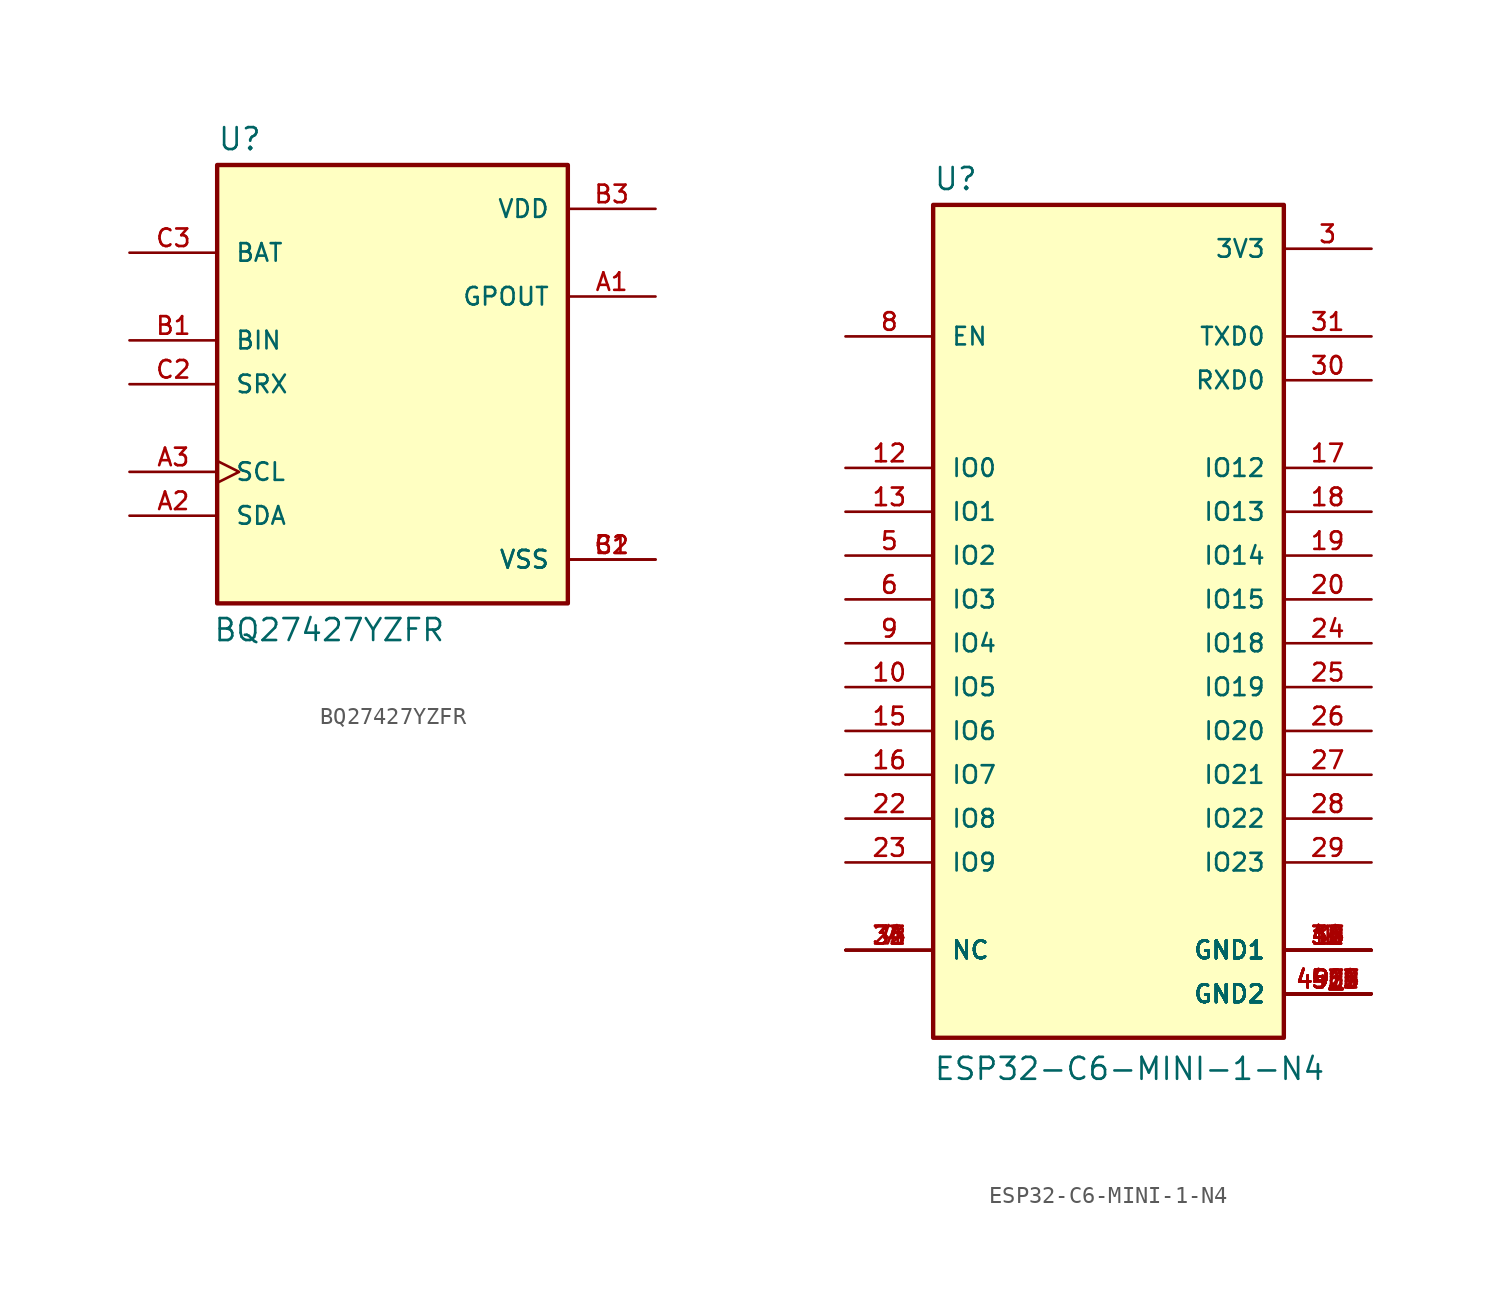
<source format=kicad_sym>
(kicad_symbol_lib
  (version 20241209)
  (generator "kicad_symbol_editor")
  (generator_version "9.0")
  (symbol "BQ27427YZFR"
    (pin_names
      (offset 1.016))
    (property "Reference" "U"
      (at -10.16 13.462 0)
      (effects (font (size 1.27 1.27)) (justify left bottom)))
    (property "Value" "BQ27427YZFR"
      (at -10.414 -14.986 0)
      (effects (font (size 1.27 1.27)) (justify left bottom)))
    (symbol "BQ27427YZFR_0_0"
      (rectangle (start -10.16 12.7) (end 10.16 -12.7) (stroke (width 0.254) (type default)) (fill (type background)))
      (pin input line (at -15.24 7.62 0) (length 5.08) (name "BAT" (effects (font (size 1.016 1.016)))) (number "C3" (effects (font (size 1.016 1.016)))))
      (pin input line (at -15.24 2.54 0) (length 5.08) (name "BIN" (effects (font (size 1.016 1.016)))) (number "B1" (effects (font (size 1.016 1.016)))))
      (pin input line (at -15.24 0 0) (length 5.08) (name "SRX" (effects (font (size 1.016 1.016)))) (number "C2" (effects (font (size 1.016 1.016)))))
      (pin bidirectional clock (at -15.24 -5.08 0) (length 5.08) (name "SCL" (effects (font (size 1.016 1.016)))) (number "A3" (effects (font (size 1.016 1.016)))))
      (pin bidirectional line (at -15.24 -7.62 0) (length 5.08) (name "SDA" (effects (font (size 1.016 1.016)))) (number "A2" (effects (font (size 1.016 1.016)))))
      (pin output line (at 15.24 10.16 180) (length 5.08) (name "VDD" (effects (font (size 1.016 1.016)))) (number "B3" (effects (font (size 1.016 1.016)))))
      (pin output line (at 15.24 5.08 180) (length 5.08) (name "GPOUT" (effects (font (size 1.016 1.016)))) (number "A1" (effects (font (size 1.016 1.016)))))
      (pin power_in line (at 15.24 -10.16 180) (length 5.08) (name "VSS" (effects (font (size 1.016 1.016)))) (number "B2" (effects (font (size 1.016 1.016)))))
      (pin power_in line (at 15.24 -10.16 180) (length 5.08) (name "VSS" (effects (font (size 1.016 1.016)))) (number "C1" (effects (font (size 1.016 1.016)))))))
  (symbol "ESP32-C6-MINI-1-N4"
    (pin_names
      (offset 1.016))
    (property "Reference" "U"
      (at -10.16 23.622 0)
      (effects (font (size 1.27 1.27)) (justify left bottom)))
    (property "Value" "ESP32-C6-MINI-1-N4"
      (at -10.16 -27.94 0)
      (effects (font (size 1.27 1.27)) (justify left bottom)))
    (symbol "ESP32-C6-MINI-1-N4_0_0"
      (rectangle (start -10.16 22.86) (end 10.16 -25.4) (stroke (width 0.254) (type default)) (fill (type background)))
      (pin passive line (at -15.24 15.24 0) (length 5.08) (name "EN" (effects (font (size 1.016 1.016)))) (number "8" (effects (font (size 1.016 1.016)))))
      (pin passive line (at -15.24 7.62 0) (length 5.08) (name "IO0" (effects (font (size 1.016 1.016)))) (number "12" (effects (font (size 1.016 1.016)))))
      (pin passive line (at -15.24 5.08 0) (length 5.08) (name "IO1" (effects (font (size 1.016 1.016)))) (number "13" (effects (font (size 1.016 1.016)))))
      (pin passive line (at -15.24 2.54 0) (length 5.08) (name "IO2" (effects (font (size 1.016 1.016)))) (number "5" (effects (font (size 1.016 1.016)))))
      (pin passive line (at -15.24 0 0) (length 5.08) (name "IO3" (effects (font (size 1.016 1.016)))) (number "6" (effects (font (size 1.016 1.016)))))
      (pin passive line (at -15.24 -2.54 0) (length 5.08) (name "IO4" (effects (font (size 1.016 1.016)))) (number "9" (effects (font (size 1.016 1.016)))))
      (pin passive line (at -15.24 -5.08 0) (length 5.08) (name "IO5" (effects (font (size 1.016 1.016)))) (number "10" (effects (font (size 1.016 1.016)))))
      (pin passive line (at -15.24 -7.62 0) (length 5.08) (name "IO6" (effects (font (size 1.016 1.016)))) (number "15" (effects (font (size 1.016 1.016)))))
      (pin passive line (at -15.24 -10.16 0) (length 5.08) (name "IO7" (effects (font (size 1.016 1.016)))) (number "16" (effects (font (size 1.016 1.016)))))
      (pin passive line (at -15.24 -12.7 0) (length 5.08) (name "IO8" (effects (font (size 1.016 1.016)))) (number "22" (effects (font (size 1.016 1.016)))))
      (pin passive line (at -15.24 -15.24 0) (length 5.08) (name "IO9" (effects (font (size 1.016 1.016)))) (number "23" (effects (font (size 1.016 1.016)))))
      (pin passive line (at -15.24 -20.32 0) (length 5.08) (name "NC" (effects (font (size 1.016 1.016)))) (number "21" (effects (font (size 1.016 1.016)))))
      (pin passive line (at -15.24 -20.32 0) (length 5.08) (name "NC" (effects (font (size 1.016 1.016)))) (number "32" (effects (font (size 1.016 1.016)))))
      (pin passive line (at -15.24 -20.32 0) (length 5.08) (name "NC" (effects (font (size 1.016 1.016)))) (number "33" (effects (font (size 1.016 1.016)))))
      (pin passive line (at -15.24 -20.32 0) (length 5.08) (name "NC" (effects (font (size 1.016 1.016)))) (number "34" (effects (font (size 1.016 1.016)))))
      (pin passive line (at -15.24 -20.32 0) (length 5.08) (name "NC" (effects (font (size 1.016 1.016)))) (number "35" (effects (font (size 1.016 1.016)))))
      (pin passive line (at -15.24 -20.32 0) (length 5.08) (name "NC" (effects (font (size 1.016 1.016)))) (number "4" (effects (font (size 1.016 1.016)))))
      (pin passive line (at -15.24 -20.32 0) (length 5.08) (name "NC" (effects (font (size 1.016 1.016)))) (number "7" (effects (font (size 1.016 1.016)))))
      (pin passive line (at 15.24 20.32 180) (length 5.08) (name "3V3" (effects (font (size 1.016 1.016)))) (number "3" (effects (font (size 1.016 1.016)))))
      (pin passive line (at 15.24 15.24 180) (length 5.08) (name "TXD0" (effects (font (size 1.016 1.016)))) (number "31" (effects (font (size 1.016 1.016)))))
      (pin passive line (at 15.24 12.7 180) (length 5.08) (name "RXD0" (effects (font (size 1.016 1.016)))) (number "30" (effects (font (size 1.016 1.016)))))
      (pin passive line (at 15.24 7.62 180) (length 5.08) (name "IO12" (effects (font (size 1.016 1.016)))) (number "17" (effects (font (size 1.016 1.016)))))
      (pin passive line (at 15.24 5.08 180) (length 5.08) (name "IO13" (effects (font (size 1.016 1.016)))) (number "18" (effects (font (size 1.016 1.016)))))
      (pin passive line (at 15.24 2.54 180) (length 5.08) (name "IO14" (effects (font (size 1.016 1.016)))) (number "19" (effects (font (size 1.016 1.016)))))
      (pin passive line (at 15.24 0 180) (length 5.08) (name "IO15" (effects (font (size 1.016 1.016)))) (number "20" (effects (font (size 1.016 1.016)))))
      (pin passive line (at 15.24 -2.54 180) (length 5.08) (name "IO18" (effects (font (size 1.016 1.016)))) (number "24" (effects (font (size 1.016 1.016)))))
      (pin passive line (at 15.24 -5.08 180) (length 5.08) (name "IO19" (effects (font (size 1.016 1.016)))) (number "25" (effects (font (size 1.016 1.016)))))
      (pin passive line (at 15.24 -7.62 180) (length 5.08) (name "IO20" (effects (font (size 1.016 1.016)))) (number "26" (effects (font (size 1.016 1.016)))))
      (pin passive line (at 15.24 -10.16 180) (length 5.08) (name "IO21" (effects (font (size 1.016 1.016)))) (number "27" (effects (font (size 1.016 1.016)))))
      (pin passive line (at 15.24 -12.7 180) (length 5.08) (name "IO22" (effects (font (size 1.016 1.016)))) (number "28" (effects (font (size 1.016 1.016)))))
      (pin passive line (at 15.24 -15.24 180) (length 5.08) (name "IO23" (effects (font (size 1.016 1.016)))) (number "29" (effects (font (size 1.016 1.016)))))
      (pin passive line (at 15.24 -20.32 180) (length 5.08) (name "GND1" (effects (font (size 1.016 1.016)))) (number "1" (effects (font (size 1.016 1.016)))))
      (pin passive line (at 15.24 -20.32 180) (length 5.08) (name "GND1" (effects (font (size 1.016 1.016)))) (number "11" (effects (font (size 1.016 1.016)))))
      (pin passive line (at 15.24 -20.32 180) (length 5.08) (name "GND1" (effects (font (size 1.016 1.016)))) (number "14" (effects (font (size 1.016 1.016)))))
      (pin passive line (at 15.24 -20.32 180) (length 5.08) (name "GND1" (effects (font (size 1.016 1.016)))) (number "2" (effects (font (size 1.016 1.016)))))
      (pin passive line (at 15.24 -20.32 180) (length 5.08) (name "GND1" (effects (font (size 1.016 1.016)))) (number "36" (effects (font (size 1.016 1.016)))))
      (pin passive line (at 15.24 -20.32 180) (length 5.08) (name "GND1" (effects (font (size 1.016 1.016)))) (number "37" (effects (font (size 1.016 1.016)))))
      (pin passive line (at 15.24 -20.32 180) (length 5.08) (name "GND1" (effects (font (size 1.016 1.016)))) (number "38" (effects (font (size 1.016 1.016)))))
      (pin passive line (at 15.24 -20.32 180) (length 5.08) (name "GND1" (effects (font (size 1.016 1.016)))) (number "39" (effects (font (size 1.016 1.016)))))
      (pin passive line (at 15.24 -20.32 180) (length 5.08) (name "GND1" (effects (font (size 1.016 1.016)))) (number "40" (effects (font (size 1.016 1.016)))))
      (pin passive line (at 15.24 -20.32 180) (length 5.08) (name "GND1" (effects (font (size 1.016 1.016)))) (number "41" (effects (font (size 1.016 1.016)))))
      (pin passive line (at 15.24 -20.32 180) (length 5.08) (name "GND1" (effects (font (size 1.016 1.016)))) (number "42" (effects (font (size 1.016 1.016)))))
      (pin passive line (at 15.24 -20.32 180) (length 5.08) (name "GND1" (effects (font (size 1.016 1.016)))) (number "43" (effects (font (size 1.016 1.016)))))
      (pin passive line (at 15.24 -20.32 180) (length 5.08) (name "GND1" (effects (font (size 1.016 1.016)))) (number "44" (effects (font (size 1.016 1.016)))))
      (pin passive line (at 15.24 -20.32 180) (length 5.08) (name "GND1" (effects (font (size 1.016 1.016)))) (number "45" (effects (font (size 1.016 1.016)))))
      (pin passive line (at 15.24 -20.32 180) (length 5.08) (name "GND1" (effects (font (size 1.016 1.016)))) (number "46" (effects (font (size 1.016 1.016)))))
      (pin passive line (at 15.24 -22.86 180) (length 5.08) (name "GND2" (effects (font (size 1.016 1.016)))) (number "47" (effects (font (size 1.016 1.016)))))
      (pin passive line (at 15.24 -22.86 180) (length 5.08) (name "GND2" (effects (font (size 1.016 1.016)))) (number "48" (effects (font (size 1.016 1.016)))))
      (pin passive line (at 15.24 -22.86 180) (length 5.08) (name "GND2" (effects (font (size 1.016 1.016)))) (number "49_1" (effects (font (size 1.016 1.016)))))
      (pin passive line (at 15.24 -22.86 180) (length 5.08) (name "GND2" (effects (font (size 1.016 1.016)))) (number "49_2" (effects (font (size 1.016 1.016)))))
      (pin passive line (at 15.24 -22.86 180) (length 5.08) (name "GND2" (effects (font (size 1.016 1.016)))) (number "49_3" (effects (font (size 1.016 1.016)))))
      (pin passive line (at 15.24 -22.86 180) (length 5.08) (name "GND2" (effects (font (size 1.016 1.016)))) (number "49_4" (effects (font (size 1.016 1.016)))))
      (pin passive line (at 15.24 -22.86 180) (length 5.08) (name "GND2" (effects (font (size 1.016 1.016)))) (number "49_5" (effects (font (size 1.016 1.016)))))
      (pin passive line (at 15.24 -22.86 180) (length 5.08) (name "GND2" (effects (font (size 1.016 1.016)))) (number "49_6" (effects (font (size 1.016 1.016)))))
      (pin passive line (at 15.24 -22.86 180) (length 5.08) (name "GND2" (effects (font (size 1.016 1.016)))) (number "49_7" (effects (font (size 1.016 1.016)))))
      (pin passive line (at 15.24 -22.86 180) (length 5.08) (name "GND2" (effects (font (size 1.016 1.016)))) (number "49_8" (effects (font (size 1.016 1.016)))))
      (pin passive line (at 15.24 -22.86 180) (length 5.08) (name "GND2" (effects (font (size 1.016 1.016)))) (number "49_9" (effects (font (size 1.016 1.016)))))
      (pin passive line (at 15.24 -22.86 180) (length 5.08) (name "GND2" (effects (font (size 1.016 1.016)))) (number "50" (effects (font (size 1.016 1.016)))))
      (pin passive line (at 15.24 -22.86 180) (length 5.08) (name "GND2" (effects (font (size 1.016 1.016)))) (number "51" (effects (font (size 1.016 1.016)))))
      (pin passive line (at 15.24 -22.86 180) (length 5.08) (name "GND2" (effects (font (size 1.016 1.016)))) (number "52" (effects (font (size 1.016 1.016)))))
      (pin passive line (at 15.24 -22.86 180) (length 5.08) (name "GND2" (effects (font (size 1.016 1.016)))) (number "53" (effects (font (size 1.016 1.016))))))))
</source>
